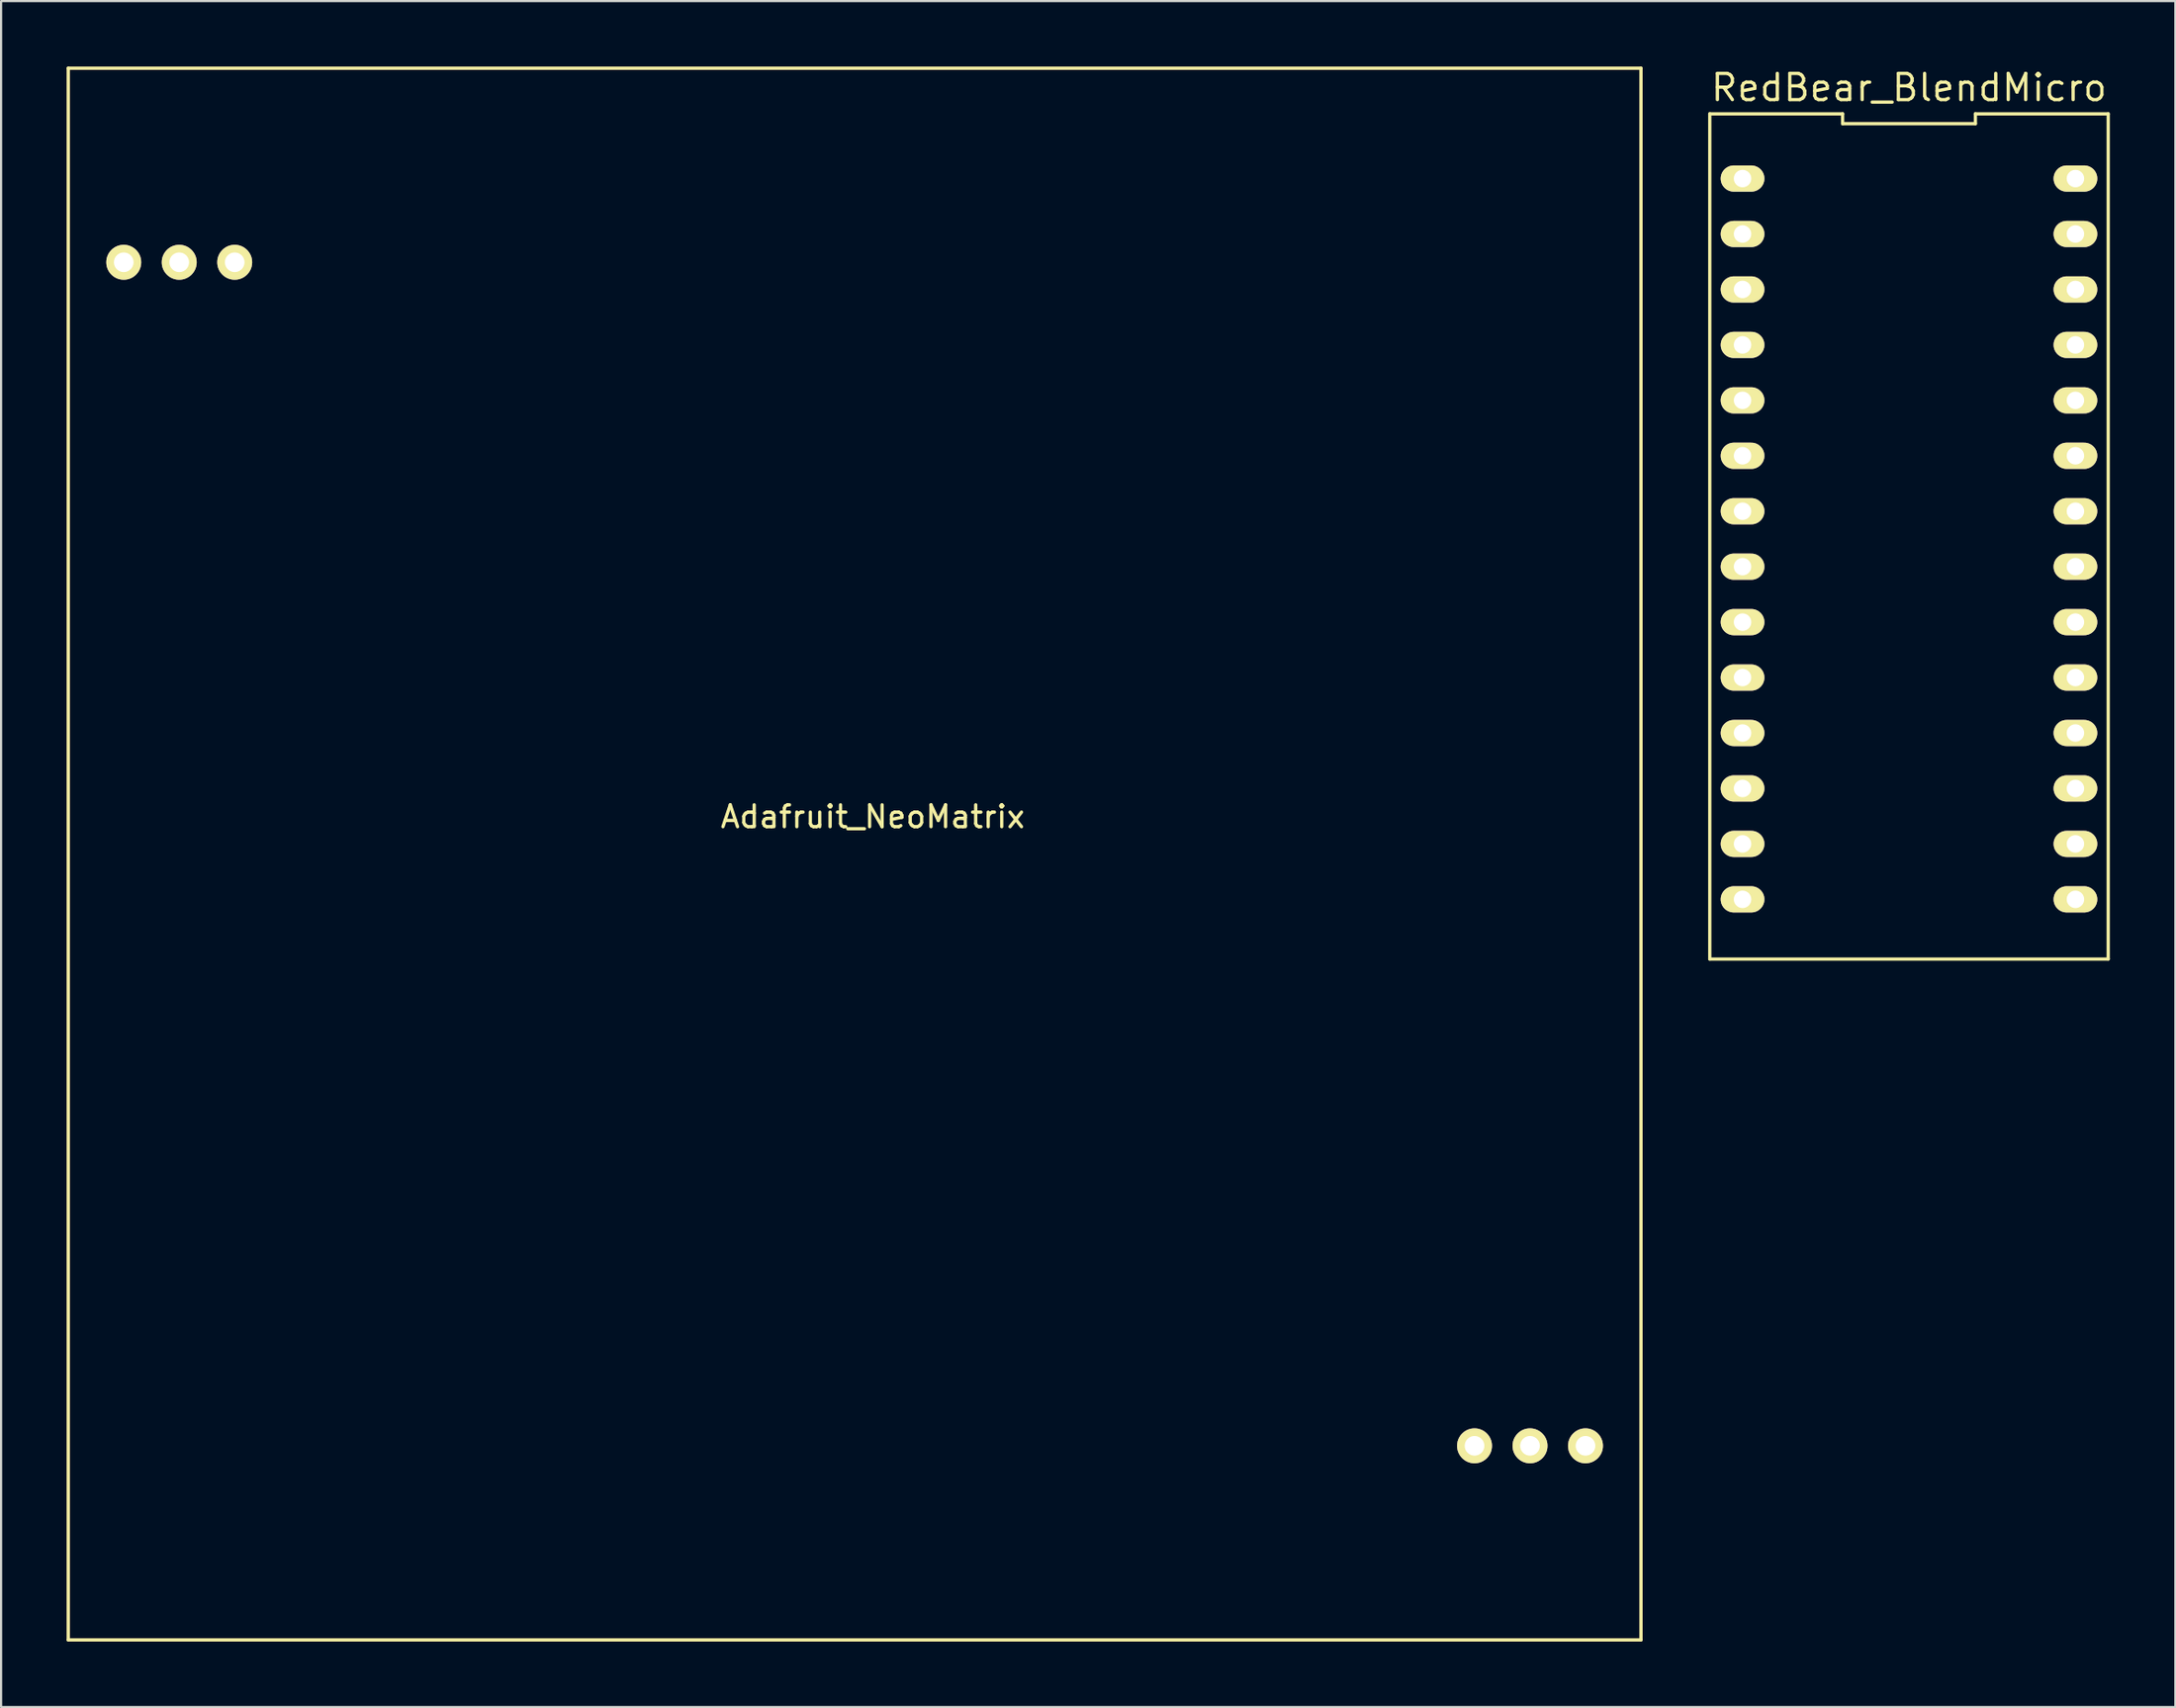
<source format=kicad_pcb>
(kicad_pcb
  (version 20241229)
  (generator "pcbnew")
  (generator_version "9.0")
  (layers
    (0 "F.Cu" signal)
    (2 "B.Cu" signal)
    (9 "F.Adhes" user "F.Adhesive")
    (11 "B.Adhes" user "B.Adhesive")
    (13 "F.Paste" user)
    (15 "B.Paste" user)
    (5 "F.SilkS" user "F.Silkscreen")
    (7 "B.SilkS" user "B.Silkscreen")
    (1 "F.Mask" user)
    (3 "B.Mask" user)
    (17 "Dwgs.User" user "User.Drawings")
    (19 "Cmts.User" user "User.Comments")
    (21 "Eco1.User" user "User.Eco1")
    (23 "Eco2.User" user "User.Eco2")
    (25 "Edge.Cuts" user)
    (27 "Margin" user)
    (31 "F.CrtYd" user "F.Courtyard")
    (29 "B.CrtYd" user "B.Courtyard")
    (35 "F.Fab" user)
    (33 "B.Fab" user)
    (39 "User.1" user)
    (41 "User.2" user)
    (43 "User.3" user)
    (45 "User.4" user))
  (footprint "RedBear_BlendMicro"
    (layer "F.Cu")
    (at 84.98 21.64)
    (property "Reference" "RedBear_BlendMicro" (at -0.635 -20.675 0) (layer "F.SilkS") (effects (font (size 1.2 1.2) (thickness 0.15))))
    (attr through_hole)
    (fp_line (start -9.755 19.245) (end 8.485 19.245) (stroke (width 0.15) (type solid)) (layer "F.SilkS"))
    (fp_line (start -9.755 -19.475) (end -9.755 19.245) (stroke (width 0.15) (type solid)) (layer "F.SilkS"))
    (fp_line (start -3.675 -19.475) (end -9.755 -19.475) (stroke (width 0.15) (type solid)) (layer "F.SilkS"))
    (fp_line (start -3.675 -19.025) (end -3.675 -19.475) (stroke (width 0.15) (type solid)) (layer "F.SilkS"))
    (fp_line (start 2.405 -19.475) (end 2.405 -19.025) (stroke (width 0.15) (type solid)) (layer "F.SilkS"))
    (fp_line (start 2.405 -19.025) (end -3.675 -19.025) (stroke (width 0.15) (type solid)) (layer "F.SilkS"))
    (fp_line (start 8.485 19.245) (end 8.485 -19.475) (stroke (width 0.15) (type solid)) (layer "F.SilkS"))
    (fp_line (start 8.485 -19.475) (end 2.405 -19.475) (stroke (width 0.15) (type solid)) (layer "F.SilkS"))
    (pad "1" thru_hole oval (at -8.255 -16.51 270) (size 1.2 2) (drill 0.8) (layers "*.Cu" "*.Mask" "F.SilkS"))
    (pad "2" thru_hole oval (at -8.255 -13.97 270) (size 1.2 2) (drill 0.8) (layers "*.Cu" "*.Mask" "F.SilkS"))
    (pad "3" thru_hole oval (at -8.255 -11.43 270) (size 1.2 2) (drill 0.8) (layers "*.Cu" "*.Mask" "F.SilkS"))
    (pad "4" thru_hole oval (at -8.255 -8.89 270) (size 1.2 2) (drill 0.8) (layers "*.Cu" "*.Mask" "F.SilkS"))
    (pad "5" thru_hole oval (at -8.255 -6.35 270) (size 1.2 2) (drill 0.8) (layers "*.Cu" "*.Mask" "F.SilkS"))
    (pad "6" thru_hole oval (at -8.255 -3.81 270) (size 1.2 2) (drill 0.8) (layers "*.Cu" "*.Mask" "F.SilkS"))
    (pad "7" thru_hole oval (at -8.255 -1.27 270) (size 1.2 2) (drill 0.8) (layers "*.Cu" "*.Mask" "F.SilkS"))
    (pad "8" thru_hole oval (at -8.255 1.27 270) (size 1.2 2) (drill 0.8) (layers "*.Cu" "*.Mask" "F.SilkS"))
    (pad "9" thru_hole oval (at -8.255 3.81 270) (size 1.2 2) (drill 0.8) (layers "*.Cu" "*.Mask" "F.SilkS"))
    (pad "10" thru_hole oval (at -8.255 6.35 270) (size 1.2 2) (drill 0.8) (layers "*.Cu" "*.Mask" "F.SilkS"))
    (pad "11" thru_hole oval (at -8.255 8.89 270) (size 1.2 2) (drill 0.8) (layers "*.Cu" "*.Mask" "F.SilkS"))
    (pad "12" thru_hole oval (at -8.255 11.43 270) (size 1.2 2) (drill 0.8) (layers "*.Cu" "*.Mask" "F.SilkS"))
    (pad "13" thru_hole oval (at -8.255 13.97 270) (size 1.2 2) (drill 0.8) (layers "*.Cu" "*.Mask" "F.SilkS"))
    (pad "14" thru_hole oval (at -8.255 16.51 270) (size 1.2 2) (drill 0.8) (layers "*.Cu" "*.Mask" "F.SilkS"))
    (pad "15" thru_hole oval (at 6.985 16.51 270) (size 1.2 2) (drill 0.8) (layers "*.Cu" "*.Mask" "F.SilkS"))
    (pad "16" thru_hole oval (at 6.985 13.97 270) (size 1.2 2) (drill 0.8) (layers "*.Cu" "*.Mask" "F.SilkS"))
    (pad "17" thru_hole oval (at 6.985 11.43 270) (size 1.2 2) (drill 0.8) (layers "*.Cu" "*.Mask" "F.SilkS"))
    (pad "18" thru_hole oval (at 6.985 8.89 270) (size 1.2 2) (drill 0.8) (layers "*.Cu" "*.Mask" "F.SilkS"))
    (pad "19" thru_hole oval (at 6.985 6.35 270) (size 1.2 2) (drill 0.8) (layers "*.Cu" "*.Mask" "F.SilkS"))
    (pad "20" thru_hole oval (at 6.985 3.81 270) (size 1.2 2) (drill 0.8) (layers "*.Cu" "*.Mask" "F.SilkS"))
    (pad "21" thru_hole oval (at 6.985 1.27 270) (size 1.2 2) (drill 0.8) (layers "*.Cu" "*.Mask" "F.SilkS"))
    (pad "22" thru_hole oval (at 6.985 -1.27 270) (size 1.2 2) (drill 0.8) (layers "*.Cu" "*.Mask" "F.SilkS"))
    (pad "23" thru_hole oval (at 6.985 -3.81 270) (size 1.2 2) (drill 0.8) (layers "*.Cu" "*.Mask" "F.SilkS"))
    (pad "24" thru_hole oval (at 6.985 -6.35 270) (size 1.2 2) (drill 0.8) (layers "*.Cu" "*.Mask" "F.SilkS"))
    (pad "25" thru_hole oval (at 6.985 -8.89 270) (size 1.2 2) (drill 0.8) (layers "*.Cu" "*.Mask" "F.SilkS"))
    (pad "26" thru_hole oval (at 6.985 -11.43 270) (size 1.2 2) (drill 0.8) (layers "*.Cu" "*.Mask" "F.SilkS"))
    (pad "27" thru_hole oval (at 6.985 -13.97 270) (size 1.2 2) (drill 0.8) (layers "*.Cu" "*.Mask" "F.SilkS"))
    (pad "28" thru_hole oval (at 6.985 -16.51 270) (size 1.2 2) (drill 0.8) (layers "*.Cu" "*.Mask" "F.SilkS")))
  (footprint "Adafruit_NeoMatrix"
    (layer "F.Cu")
    (at 36.075 36.075)
    (property "Reference" "Adafruit_NeoMatrix" (at 0.83 -1.71 0) (layer "F.SilkS") (effects (font (size 1 1) (thickness 0.15))))
    (attr through_hole)
    (fp_line (start -36 -36) (end 36 -36) (stroke (width 0.15) (type solid)) (layer "F.SilkS"))
    (fp_line (start -36 36) (end -36 -36) (stroke (width 0.15) (type solid)) (layer "F.SilkS"))
    (fp_line (start 36 -36) (end 36 36) (stroke (width 0.15) (type solid)) (layer "F.SilkS"))
    (fp_line (start 36 36) (end -36 36) (stroke (width 0.15) (type solid)) (layer "F.SilkS"))
    (pad "1" thru_hole circle (at -33.46 -27.11) (size 1.6 1.6) (drill 0.9) (layers "*.Cu" "*.Mask" "F.SilkS"))
    (pad "2" thru_hole circle (at -30.92 -27.11) (size 1.6 1.6) (drill 0.9) (layers "*.Cu" "*.Mask" "F.SilkS"))
    (pad "3" thru_hole circle (at -28.38 -27.11) (size 1.6 1.6) (drill 0.9) (layers "*.Cu" "*.Mask" "F.SilkS"))
    (pad "4" thru_hole circle (at 28.38 27.11) (size 1.6 1.6) (drill 0.9) (layers "*.Cu" "*.Mask" "F.SilkS"))
    (pad "5" thru_hole circle (at 30.92 27.11) (size 1.6 1.6) (drill 0.9) (layers "*.Cu" "*.Mask" "F.SilkS"))
    (pad "6" thru_hole circle (at 33.46 27.11) (size 1.6 1.6) (drill 0.9) (layers "*.Cu" "*.Mask" "F.SilkS")))
  (gr_rect
    (start -3 -3)
    (end 96.54 75.15)
    (stroke (width 0.1) (type default))
    (fill no)
    (layer "Edge.Cuts")))
</source>
